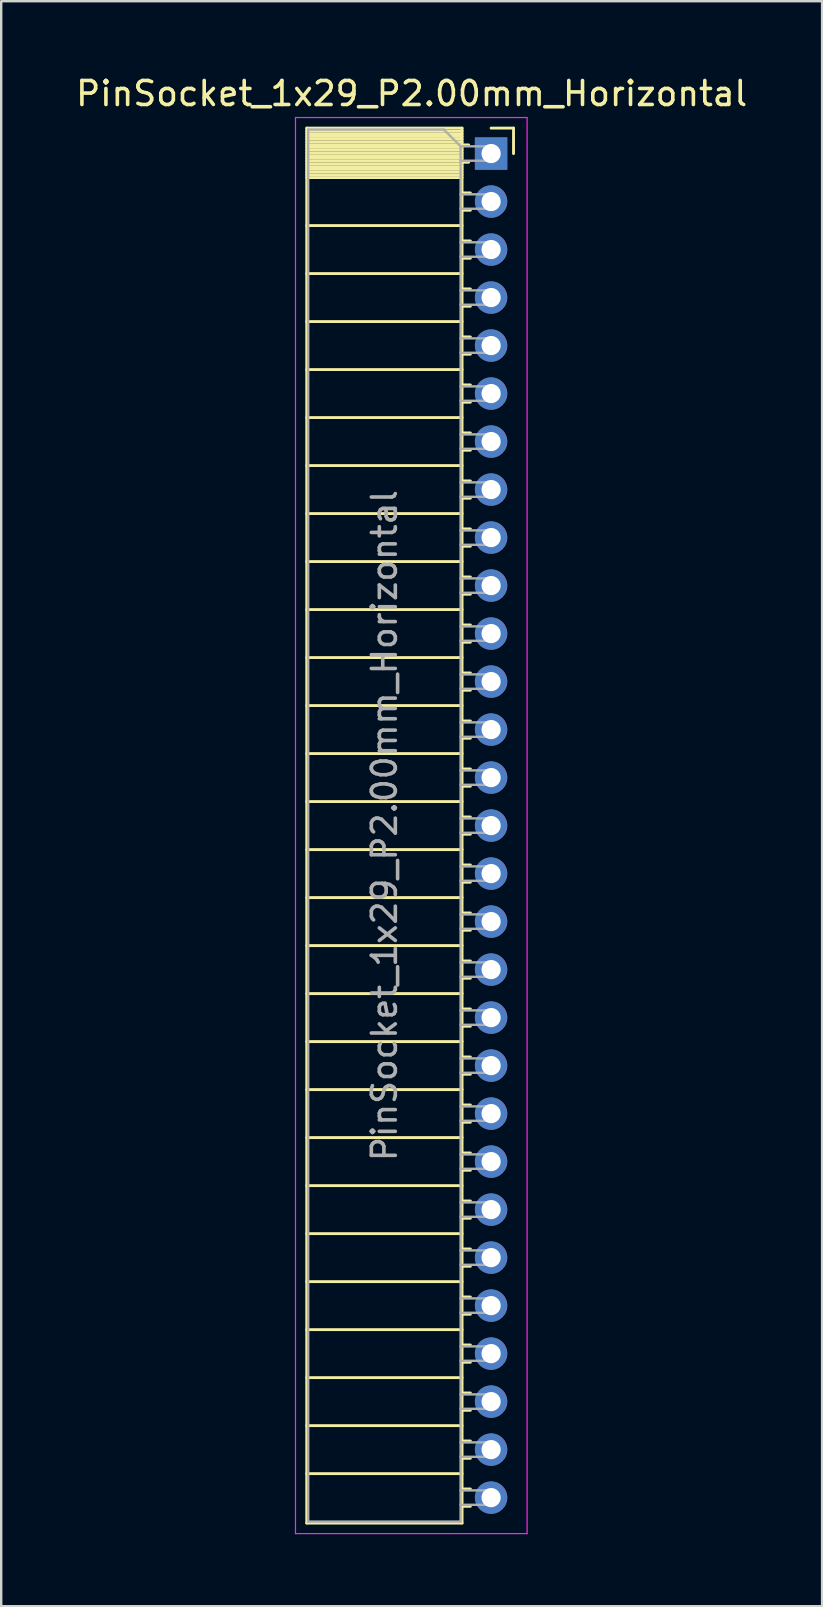
<source format=kicad_pcb>
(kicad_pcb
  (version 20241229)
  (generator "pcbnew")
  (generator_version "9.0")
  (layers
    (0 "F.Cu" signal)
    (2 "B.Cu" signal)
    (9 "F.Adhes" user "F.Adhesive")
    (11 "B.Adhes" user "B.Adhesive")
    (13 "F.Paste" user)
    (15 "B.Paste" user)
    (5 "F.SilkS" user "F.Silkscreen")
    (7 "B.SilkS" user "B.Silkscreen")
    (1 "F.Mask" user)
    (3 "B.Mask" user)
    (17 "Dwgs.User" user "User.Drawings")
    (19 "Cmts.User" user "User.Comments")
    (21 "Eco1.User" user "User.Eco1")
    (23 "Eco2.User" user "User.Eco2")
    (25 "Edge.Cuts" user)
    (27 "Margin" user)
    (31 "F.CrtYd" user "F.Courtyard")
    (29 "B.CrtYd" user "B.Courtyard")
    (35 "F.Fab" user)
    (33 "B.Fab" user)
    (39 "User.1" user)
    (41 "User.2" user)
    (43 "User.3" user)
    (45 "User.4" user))
  (footprint "PinSocket_1x29_P2.00mm_Horizontal"
    (layer "F.Cu")
    (at 17.411 3.348)
    (property "Reference" "PinSocket_1x29_P2.00mm_Horizontal" (at -3.31 -2.5 0) (layer "F.SilkS") (effects (font (size 1 1) (thickness 0.15))))
    (attr through_hole)
    (fp_line (start -7.68 -1.06) (end -7.68 57.06) (stroke (width 0.12) (type solid)) (layer "F.SilkS"))
    (fp_line (start -7.68 -1.06) (end -1.21 -1.06) (stroke (width 0.12) (type solid)) (layer "F.SilkS"))
    (fp_line (start -7.68 -0.94) (end -1.21 -0.94) (stroke (width 0.12) (type solid)) (layer "F.SilkS"))
    (fp_line (start -7.68 -0.826) (end -1.21 -0.826) (stroke (width 0.12) (type solid)) (layer "F.SilkS"))
    (fp_line (start -7.68 -0.712) (end -1.21 -0.712) (stroke (width 0.12) (type solid)) (layer "F.SilkS"))
    (fp_line (start -7.68 -0.598) (end -1.21 -0.598) (stroke (width 0.12) (type solid)) (layer "F.SilkS"))
    (fp_line (start -7.68 -0.484) (end -1.21 -0.484) (stroke (width 0.12) (type solid)) (layer "F.SilkS"))
    (fp_line (start -7.68 -0.369) (end -1.21 -0.369) (stroke (width 0.12) (type solid)) (layer "F.SilkS"))
    (fp_line (start -7.68 -0.255) (end -1.21 -0.255) (stroke (width 0.12) (type solid)) (layer "F.SilkS"))
    (fp_line (start -7.68 -0.141) (end -1.21 -0.141) (stroke (width 0.12) (type solid)) (layer "F.SilkS"))
    (fp_line (start -7.68 -0.027) (end -1.21 -0.027) (stroke (width 0.12) (type solid)) (layer "F.SilkS"))
    (fp_line (start -7.68 0.087) (end -1.21 0.087) (stroke (width 0.12) (type solid)) (layer "F.SilkS"))
    (fp_line (start -7.68 0.201) (end -1.21 0.201) (stroke (width 0.12) (type solid)) (layer "F.SilkS"))
    (fp_line (start -7.68 0.315) (end -1.21 0.315) (stroke (width 0.12) (type solid)) (layer "F.SilkS"))
    (fp_line (start -7.68 0.429) (end -1.21 0.429) (stroke (width 0.12) (type solid)) (layer "F.SilkS"))
    (fp_line (start -7.68 0.544) (end -1.21 0.544) (stroke (width 0.12) (type solid)) (layer "F.SilkS"))
    (fp_line (start -7.68 0.658) (end -1.21 0.658) (stroke (width 0.12) (type solid)) (layer "F.SilkS"))
    (fp_line (start -7.68 0.772) (end -1.21 0.772) (stroke (width 0.12) (type solid)) (layer "F.SilkS"))
    (fp_line (start -7.68 0.886) (end -1.21 0.886) (stroke (width 0.12) (type solid)) (layer "F.SilkS"))
    (fp_line (start -7.68 1) (end -1.21 1) (stroke (width 0.12) (type solid)) (layer "F.SilkS"))
    (fp_line (start -7.68 3) (end -1.21 3) (stroke (width 0.12) (type solid)) (layer "F.SilkS"))
    (fp_line (start -7.68 5) (end -1.21 5) (stroke (width 0.12) (type solid)) (layer "F.SilkS"))
    (fp_line (start -7.68 7) (end -1.21 7) (stroke (width 0.12) (type solid)) (layer "F.SilkS"))
    (fp_line (start -7.68 9) (end -1.21 9) (stroke (width 0.12) (type solid)) (layer "F.SilkS"))
    (fp_line (start -7.68 11) (end -1.21 11) (stroke (width 0.12) (type solid)) (layer "F.SilkS"))
    (fp_line (start -7.68 13) (end -1.21 13) (stroke (width 0.12) (type solid)) (layer "F.SilkS"))
    (fp_line (start -7.68 15) (end -1.21 15) (stroke (width 0.12) (type solid)) (layer "F.SilkS"))
    (fp_line (start -7.68 17) (end -1.21 17) (stroke (width 0.12) (type solid)) (layer "F.SilkS"))
    (fp_line (start -7.68 19) (end -1.21 19) (stroke (width 0.12) (type solid)) (layer "F.SilkS"))
    (fp_line (start -7.68 21) (end -1.21 21) (stroke (width 0.12) (type solid)) (layer "F.SilkS"))
    (fp_line (start -7.68 23) (end -1.21 23) (stroke (width 0.12) (type solid)) (layer "F.SilkS"))
    (fp_line (start -7.68 25) (end -1.21 25) (stroke (width 0.12) (type solid)) (layer "F.SilkS"))
    (fp_line (start -7.68 27) (end -1.21 27) (stroke (width 0.12) (type solid)) (layer "F.SilkS"))
    (fp_line (start -7.68 29) (end -1.21 29) (stroke (width 0.12) (type solid)) (layer "F.SilkS"))
    (fp_line (start -7.68 31) (end -1.21 31) (stroke (width 0.12) (type solid)) (layer "F.SilkS"))
    (fp_line (start -7.68 33) (end -1.21 33) (stroke (width 0.12) (type solid)) (layer "F.SilkS"))
    (fp_line (start -7.68 35) (end -1.21 35) (stroke (width 0.12) (type solid)) (layer "F.SilkS"))
    (fp_line (start -7.68 37) (end -1.21 37) (stroke (width 0.12) (type solid)) (layer "F.SilkS"))
    (fp_line (start -7.68 39) (end -1.21 39) (stroke (width 0.12) (type solid)) (layer "F.SilkS"))
    (fp_line (start -7.68 41) (end -1.21 41) (stroke (width 0.12) (type solid)) (layer "F.SilkS"))
    (fp_line (start -7.68 43) (end -1.21 43) (stroke (width 0.12) (type solid)) (layer "F.SilkS"))
    (fp_line (start -7.68 45) (end -1.21 45) (stroke (width 0.12) (type solid)) (layer "F.SilkS"))
    (fp_line (start -7.68 47) (end -1.21 47) (stroke (width 0.12) (type solid)) (layer "F.SilkS"))
    (fp_line (start -7.68 49) (end -1.21 49) (stroke (width 0.12) (type solid)) (layer "F.SilkS"))
    (fp_line (start -7.68 51) (end -1.21 51) (stroke (width 0.12) (type solid)) (layer "F.SilkS"))
    (fp_line (start -7.68 53) (end -1.21 53) (stroke (width 0.12) (type solid)) (layer "F.SilkS"))
    (fp_line (start -7.68 55) (end -1.21 55) (stroke (width 0.12) (type solid)) (layer "F.SilkS"))
    (fp_line (start -7.68 57.06) (end -1.21 57.06) (stroke (width 0.12) (type solid)) (layer "F.SilkS"))
    (fp_line (start -1.21 -1.06) (end -1.21 57.06) (stroke (width 0.12) (type solid)) (layer "F.SilkS"))
    (fp_line (start -1.21 -0.36) (end -0.935 -0.36) (stroke (width 0.12) (type solid)) (layer "F.SilkS"))
    (fp_line (start -1.21 0.36) (end -0.935 0.36) (stroke (width 0.12) (type solid)) (layer "F.SilkS"))
    (fp_line (start -1.21 1.64) (end -0.863 1.64) (stroke (width 0.12) (type solid)) (layer "F.SilkS"))
    (fp_line (start -1.21 2.36) (end -0.863 2.36) (stroke (width 0.12) (type solid)) (layer "F.SilkS"))
    (fp_line (start -1.21 3.64) (end -0.863 3.64) (stroke (width 0.12) (type solid)) (layer "F.SilkS"))
    (fp_line (start -1.21 4.36) (end -0.863 4.36) (stroke (width 0.12) (type solid)) (layer "F.SilkS"))
    (fp_line (start -1.21 5.64) (end -0.863 5.64) (stroke (width 0.12) (type solid)) (layer "F.SilkS"))
    (fp_line (start -1.21 6.36) (end -0.863 6.36) (stroke (width 0.12) (type solid)) (layer "F.SilkS"))
    (fp_line (start -1.21 7.64) (end -0.863 7.64) (stroke (width 0.12) (type solid)) (layer "F.SilkS"))
    (fp_line (start -1.21 8.36) (end -0.863 8.36) (stroke (width 0.12) (type solid)) (layer "F.SilkS"))
    (fp_line (start -1.21 9.64) (end -0.863 9.64) (stroke (width 0.12) (type solid)) (layer "F.SilkS"))
    (fp_line (start -1.21 10.36) (end -0.863 10.36) (stroke (width 0.12) (type solid)) (layer "F.SilkS"))
    (fp_line (start -1.21 11.64) (end -0.863 11.64) (stroke (width 0.12) (type solid)) (layer "F.SilkS"))
    (fp_line (start -1.21 12.36) (end -0.863 12.36) (stroke (width 0.12) (type solid)) (layer "F.SilkS"))
    (fp_line (start -1.21 13.64) (end -0.863 13.64) (stroke (width 0.12) (type solid)) (layer "F.SilkS"))
    (fp_line (start -1.21 14.36) (end -0.863 14.36) (stroke (width 0.12) (type solid)) (layer "F.SilkS"))
    (fp_line (start -1.21 15.64) (end -0.863 15.64) (stroke (width 0.12) (type solid)) (layer "F.SilkS"))
    (fp_line (start -1.21 16.36) (end -0.863 16.36) (stroke (width 0.12) (type solid)) (layer "F.SilkS"))
    (fp_line (start -1.21 17.64) (end -0.863 17.64) (stroke (width 0.12) (type solid)) (layer "F.SilkS"))
    (fp_line (start -1.21 18.36) (end -0.863 18.36) (stroke (width 0.12) (type solid)) (layer "F.SilkS"))
    (fp_line (start -1.21 19.64) (end -0.863 19.64) (stroke (width 0.12) (type solid)) (layer "F.SilkS"))
    (fp_line (start -1.21 20.36) (end -0.863 20.36) (stroke (width 0.12) (type solid)) (layer "F.SilkS"))
    (fp_line (start -1.21 21.64) (end -0.863 21.64) (stroke (width 0.12) (type solid)) (layer "F.SilkS"))
    (fp_line (start -1.21 22.36) (end -0.863 22.36) (stroke (width 0.12) (type solid)) (layer "F.SilkS"))
    (fp_line (start -1.21 23.64) (end -0.863 23.64) (stroke (width 0.12) (type solid)) (layer "F.SilkS"))
    (fp_line (start -1.21 24.36) (end -0.863 24.36) (stroke (width 0.12) (type solid)) (layer "F.SilkS"))
    (fp_line (start -1.21 25.64) (end -0.863 25.64) (stroke (width 0.12) (type solid)) (layer "F.SilkS"))
    (fp_line (start -1.21 26.36) (end -0.863 26.36) (stroke (width 0.12) (type solid)) (layer "F.SilkS"))
    (fp_line (start -1.21 27.64) (end -0.863 27.64) (stroke (width 0.12) (type solid)) (layer "F.SilkS"))
    (fp_line (start -1.21 28.36) (end -0.863 28.36) (stroke (width 0.12) (type solid)) (layer "F.SilkS"))
    (fp_line (start -1.21 29.64) (end -0.863 29.64) (stroke (width 0.12) (type solid)) (layer "F.SilkS"))
    (fp_line (start -1.21 30.36) (end -0.863 30.36) (stroke (width 0.12) (type solid)) (layer "F.SilkS"))
    (fp_line (start -1.21 31.64) (end -0.863 31.64) (stroke (width 0.12) (type solid)) (layer "F.SilkS"))
    (fp_line (start -1.21 32.36) (end -0.863 32.36) (stroke (width 0.12) (type solid)) (layer "F.SilkS"))
    (fp_line (start -1.21 33.64) (end -0.863 33.64) (stroke (width 0.12) (type solid)) (layer "F.SilkS"))
    (fp_line (start -1.21 34.36) (end -0.863 34.36) (stroke (width 0.12) (type solid)) (layer "F.SilkS"))
    (fp_line (start -1.21 35.64) (end -0.863 35.64) (stroke (width 0.12) (type solid)) (layer "F.SilkS"))
    (fp_line (start -1.21 36.36) (end -0.863 36.36) (stroke (width 0.12) (type solid)) (layer "F.SilkS"))
    (fp_line (start -1.21 37.64) (end -0.863 37.64) (stroke (width 0.12) (type solid)) (layer "F.SilkS"))
    (fp_line (start -1.21 38.36) (end -0.863 38.36) (stroke (width 0.12) (type solid)) (layer "F.SilkS"))
    (fp_line (start -1.21 39.64) (end -0.863 39.64) (stroke (width 0.12) (type solid)) (layer "F.SilkS"))
    (fp_line (start -1.21 40.36) (end -0.863 40.36) (stroke (width 0.12) (type solid)) (layer "F.SilkS"))
    (fp_line (start -1.21 41.64) (end -0.863 41.64) (stroke (width 0.12) (type solid)) (layer "F.SilkS"))
    (fp_line (start -1.21 42.36) (end -0.863 42.36) (stroke (width 0.12) (type solid)) (layer "F.SilkS"))
    (fp_line (start -1.21 43.64) (end -0.863 43.64) (stroke (width 0.12) (type solid)) (layer "F.SilkS"))
    (fp_line (start -1.21 44.36) (end -0.863 44.36) (stroke (width 0.12) (type solid)) (layer "F.SilkS"))
    (fp_line (start -1.21 45.64) (end -0.863 45.64) (stroke (width 0.12) (type solid)) (layer "F.SilkS"))
    (fp_line (start -1.21 46.36) (end -0.863 46.36) (stroke (width 0.12) (type solid)) (layer "F.SilkS"))
    (fp_line (start -1.21 47.64) (end -0.863 47.64) (stroke (width 0.12) (type solid)) (layer "F.SilkS"))
    (fp_line (start -1.21 48.36) (end -0.863 48.36) (stroke (width 0.12) (type solid)) (layer "F.SilkS"))
    (fp_line (start -1.21 49.64) (end -0.863 49.64) (stroke (width 0.12) (type solid)) (layer "F.SilkS"))
    (fp_line (start -1.21 50.36) (end -0.863 50.36) (stroke (width 0.12) (type solid)) (layer "F.SilkS"))
    (fp_line (start -1.21 51.64) (end -0.863 51.64) (stroke (width 0.12) (type solid)) (layer "F.SilkS"))
    (fp_line (start -1.21 52.36) (end -0.863 52.36) (stroke (width 0.12) (type solid)) (layer "F.SilkS"))
    (fp_line (start -1.21 53.64) (end -0.863 53.64) (stroke (width 0.12) (type solid)) (layer "F.SilkS"))
    (fp_line (start -1.21 54.36) (end -0.863 54.36) (stroke (width 0.12) (type solid)) (layer "F.SilkS"))
    (fp_line (start -1.21 55.64) (end -0.863 55.64) (stroke (width 0.12) (type solid)) (layer "F.SilkS"))
    (fp_line (start -1.21 56.36) (end -0.863 56.36) (stroke (width 0.12) (type solid)) (layer "F.SilkS"))
    (fp_line (start 0 -1.06) (end 0.935 -1.06) (stroke (width 0.12) (type solid)) (layer "F.SilkS"))
    (fp_line (start 0.935 -1.06) (end 0.935 0) (stroke (width 0.12) (type solid)) (layer "F.SilkS"))
    (fp_line (start -8.15 -1.5) (end -8.15 57.5) (stroke (width 0.05) (type solid)) (layer "F.CrtYd"))
    (fp_line (start -8.15 57.5) (end 1.5 57.5) (stroke (width 0.05) (type solid)) (layer "F.CrtYd"))
    (fp_line (start 1.5 -1.5) (end -8.15 -1.5) (stroke (width 0.05) (type solid)) (layer "F.CrtYd"))
    (fp_line (start 1.5 57.5) (end 1.5 -1.5) (stroke (width 0.05) (type solid)) (layer "F.CrtYd"))
    (fp_line (start -7.62 -1) (end -1.97 -1) (stroke (width 0.1) (type solid)) (layer "F.Fab"))
    (fp_line (start -7.62 57) (end -7.62 -1) (stroke (width 0.1) (type solid)) (layer "F.Fab"))
    (fp_line (start -1.97 -1) (end -1.27 -0.3) (stroke (width 0.1) (type solid)) (layer "F.Fab"))
    (fp_line (start -1.27 -0.3) (end -1.27 57) (stroke (width 0.1) (type solid)) (layer "F.Fab"))
    (fp_line (start -1.27 0.3) (end 0 0.3) (stroke (width 0.1) (type solid)) (layer "F.Fab"))
    (fp_line (start -1.27 2.3) (end 0 2.3) (stroke (width 0.1) (type solid)) (layer "F.Fab"))
    (fp_line (start -1.27 4.3) (end 0 4.3) (stroke (width 0.1) (type solid)) (layer "F.Fab"))
    (fp_line (start -1.27 6.3) (end 0 6.3) (stroke (width 0.1) (type solid)) (layer "F.Fab"))
    (fp_line (start -1.27 8.3) (end 0 8.3) (stroke (width 0.1) (type solid)) (layer "F.Fab"))
    (fp_line (start -1.27 10.3) (end 0 10.3) (stroke (width 0.1) (type solid)) (layer "F.Fab"))
    (fp_line (start -1.27 12.3) (end 0 12.3) (stroke (width 0.1) (type solid)) (layer "F.Fab"))
    (fp_line (start -1.27 14.3) (end 0 14.3) (stroke (width 0.1) (type solid)) (layer "F.Fab"))
    (fp_line (start -1.27 16.3) (end 0 16.3) (stroke (width 0.1) (type solid)) (layer "F.Fab"))
    (fp_line (start -1.27 18.3) (end 0 18.3) (stroke (width 0.1) (type solid)) (layer "F.Fab"))
    (fp_line (start -1.27 20.3) (end 0 20.3) (stroke (width 0.1) (type solid)) (layer "F.Fab"))
    (fp_line (start -1.27 22.3) (end 0 22.3) (stroke (width 0.1) (type solid)) (layer "F.Fab"))
    (fp_line (start -1.27 24.3) (end 0 24.3) (stroke (width 0.1) (type solid)) (layer "F.Fab"))
    (fp_line (start -1.27 26.3) (end 0 26.3) (stroke (width 0.1) (type solid)) (layer "F.Fab"))
    (fp_line (start -1.27 28.3) (end 0 28.3) (stroke (width 0.1) (type solid)) (layer "F.Fab"))
    (fp_line (start -1.27 30.3) (end 0 30.3) (stroke (width 0.1) (type solid)) (layer "F.Fab"))
    (fp_line (start -1.27 32.3) (end 0 32.3) (stroke (width 0.1) (type solid)) (layer "F.Fab"))
    (fp_line (start -1.27 34.3) (end 0 34.3) (stroke (width 0.1) (type solid)) (layer "F.Fab"))
    (fp_line (start -1.27 36.3) (end 0 36.3) (stroke (width 0.1) (type solid)) (layer "F.Fab"))
    (fp_line (start -1.27 38.3) (end 0 38.3) (stroke (width 0.1) (type solid)) (layer "F.Fab"))
    (fp_line (start -1.27 40.3) (end 0 40.3) (stroke (width 0.1) (type solid)) (layer "F.Fab"))
    (fp_line (start -1.27 42.3) (end 0 42.3) (stroke (width 0.1) (type solid)) (layer "F.Fab"))
    (fp_line (start -1.27 44.3) (end 0 44.3) (stroke (width 0.1) (type solid)) (layer "F.Fab"))
    (fp_line (start -1.27 46.3) (end 0 46.3) (stroke (width 0.1) (type solid)) (layer "F.Fab"))
    (fp_line (start -1.27 48.3) (end 0 48.3) (stroke (width 0.1) (type solid)) (layer "F.Fab"))
    (fp_line (start -1.27 50.3) (end 0 50.3) (stroke (width 0.1) (type solid)) (layer "F.Fab"))
    (fp_line (start -1.27 52.3) (end 0 52.3) (stroke (width 0.1) (type solid)) (layer "F.Fab"))
    (fp_line (start -1.27 54.3) (end 0 54.3) (stroke (width 0.1) (type solid)) (layer "F.Fab"))
    (fp_line (start -1.27 56.3) (end 0 56.3) (stroke (width 0.1) (type solid)) (layer "F.Fab"))
    (fp_line (start -1.27 57) (end -7.62 57) (stroke (width 0.1) (type solid)) (layer "F.Fab"))
    (fp_line (start 0 -0.3) (end -1.27 -0.3) (stroke (width 0.1) (type solid)) (layer "F.Fab"))
    (fp_line (start 0 0.3) (end 0 -0.3) (stroke (width 0.1) (type solid)) (layer "F.Fab"))
    (fp_line (start 0 1.7) (end -1.27 1.7) (stroke (width 0.1) (type solid)) (layer "F.Fab"))
    (fp_line (start 0 2.3) (end 0 1.7) (stroke (width 0.1) (type solid)) (layer "F.Fab"))
    (fp_line (start 0 3.7) (end -1.27 3.7) (stroke (width 0.1) (type solid)) (layer "F.Fab"))
    (fp_line (start 0 4.3) (end 0 3.7) (stroke (width 0.1) (type solid)) (layer "F.Fab"))
    (fp_line (start 0 5.7) (end -1.27 5.7) (stroke (width 0.1) (type solid)) (layer "F.Fab"))
    (fp_line (start 0 6.3) (end 0 5.7) (stroke (width 0.1) (type solid)) (layer "F.Fab"))
    (fp_line (start 0 7.7) (end -1.27 7.7) (stroke (width 0.1) (type solid)) (layer "F.Fab"))
    (fp_line (start 0 8.3) (end 0 7.7) (stroke (width 0.1) (type solid)) (layer "F.Fab"))
    (fp_line (start 0 9.7) (end -1.27 9.7) (stroke (width 0.1) (type solid)) (layer "F.Fab"))
    (fp_line (start 0 10.3) (end 0 9.7) (stroke (width 0.1) (type solid)) (layer "F.Fab"))
    (fp_line (start 0 11.7) (end -1.27 11.7) (stroke (width 0.1) (type solid)) (layer "F.Fab"))
    (fp_line (start 0 12.3) (end 0 11.7) (stroke (width 0.1) (type solid)) (layer "F.Fab"))
    (fp_line (start 0 13.7) (end -1.27 13.7) (stroke (width 0.1) (type solid)) (layer "F.Fab"))
    (fp_line (start 0 14.3) (end 0 13.7) (stroke (width 0.1) (type solid)) (layer "F.Fab"))
    (fp_line (start 0 15.7) (end -1.27 15.7) (stroke (width 0.1) (type solid)) (layer "F.Fab"))
    (fp_line (start 0 16.3) (end 0 15.7) (stroke (width 0.1) (type solid)) (layer "F.Fab"))
    (fp_line (start 0 17.7) (end -1.27 17.7) (stroke (width 0.1) (type solid)) (layer "F.Fab"))
    (fp_line (start 0 18.3) (end 0 17.7) (stroke (width 0.1) (type solid)) (layer "F.Fab"))
    (fp_line (start 0 19.7) (end -1.27 19.7) (stroke (width 0.1) (type solid)) (layer "F.Fab"))
    (fp_line (start 0 20.3) (end 0 19.7) (stroke (width 0.1) (type solid)) (layer "F.Fab"))
    (fp_line (start 0 21.7) (end -1.27 21.7) (stroke (width 0.1) (type solid)) (layer "F.Fab"))
    (fp_line (start 0 22.3) (end 0 21.7) (stroke (width 0.1) (type solid)) (layer "F.Fab"))
    (fp_line (start 0 23.7) (end -1.27 23.7) (stroke (width 0.1) (type solid)) (layer "F.Fab"))
    (fp_line (start 0 24.3) (end 0 23.7) (stroke (width 0.1) (type solid)) (layer "F.Fab"))
    (fp_line (start 0 25.7) (end -1.27 25.7) (stroke (width 0.1) (type solid)) (layer "F.Fab"))
    (fp_line (start 0 26.3) (end 0 25.7) (stroke (width 0.1) (type solid)) (layer "F.Fab"))
    (fp_line (start 0 27.7) (end -1.27 27.7) (stroke (width 0.1) (type solid)) (layer "F.Fab"))
    (fp_line (start 0 28.3) (end 0 27.7) (stroke (width 0.1) (type solid)) (layer "F.Fab"))
    (fp_line (start 0 29.7) (end -1.27 29.7) (stroke (width 0.1) (type solid)) (layer "F.Fab"))
    (fp_line (start 0 30.3) (end 0 29.7) (stroke (width 0.1) (type solid)) (layer "F.Fab"))
    (fp_line (start 0 31.7) (end -1.27 31.7) (stroke (width 0.1) (type solid)) (layer "F.Fab"))
    (fp_line (start 0 32.3) (end 0 31.7) (stroke (width 0.1) (type solid)) (layer "F.Fab"))
    (fp_line (start 0 33.7) (end -1.27 33.7) (stroke (width 0.1) (type solid)) (layer "F.Fab"))
    (fp_line (start 0 34.3) (end 0 33.7) (stroke (width 0.1) (type solid)) (layer "F.Fab"))
    (fp_line (start 0 35.7) (end -1.27 35.7) (stroke (width 0.1) (type solid)) (layer "F.Fab"))
    (fp_line (start 0 36.3) (end 0 35.7) (stroke (width 0.1) (type solid)) (layer "F.Fab"))
    (fp_line (start 0 37.7) (end -1.27 37.7) (stroke (width 0.1) (type solid)) (layer "F.Fab"))
    (fp_line (start 0 38.3) (end 0 37.7) (stroke (width 0.1) (type solid)) (layer "F.Fab"))
    (fp_line (start 0 39.7) (end -1.27 39.7) (stroke (width 0.1) (type solid)) (layer "F.Fab"))
    (fp_line (start 0 40.3) (end 0 39.7) (stroke (width 0.1) (type solid)) (layer "F.Fab"))
    (fp_line (start 0 41.7) (end -1.27 41.7) (stroke (width 0.1) (type solid)) (layer "F.Fab"))
    (fp_line (start 0 42.3) (end 0 41.7) (stroke (width 0.1) (type solid)) (layer "F.Fab"))
    (fp_line (start 0 43.7) (end -1.27 43.7) (stroke (width 0.1) (type solid)) (layer "F.Fab"))
    (fp_line (start 0 44.3) (end 0 43.7) (stroke (width 0.1) (type solid)) (layer "F.Fab"))
    (fp_line (start 0 45.7) (end -1.27 45.7) (stroke (width 0.1) (type solid)) (layer "F.Fab"))
    (fp_line (start 0 46.3) (end 0 45.7) (stroke (width 0.1) (type solid)) (layer "F.Fab"))
    (fp_line (start 0 47.7) (end -1.27 47.7) (stroke (width 0.1) (type solid)) (layer "F.Fab"))
    (fp_line (start 0 48.3) (end 0 47.7) (stroke (width 0.1) (type solid)) (layer "F.Fab"))
    (fp_line (start 0 49.7) (end -1.27 49.7) (stroke (width 0.1) (type solid)) (layer "F.Fab"))
    (fp_line (start 0 50.3) (end 0 49.7) (stroke (width 0.1) (type solid)) (layer "F.Fab"))
    (fp_line (start 0 51.7) (end -1.27 51.7) (stroke (width 0.1) (type solid)) (layer "F.Fab"))
    (fp_line (start 0 52.3) (end 0 51.7) (stroke (width 0.1) (type solid)) (layer "F.Fab"))
    (fp_line (start 0 53.7) (end -1.27 53.7) (stroke (width 0.1) (type solid)) (layer "F.Fab"))
    (fp_line (start 0 54.3) (end 0 53.7) (stroke (width 0.1) (type solid)) (layer "F.Fab"))
    (fp_line (start 0 55.7) (end -1.27 55.7) (stroke (width 0.1) (type solid)) (layer "F.Fab"))
    (fp_line (start 0 56.3) (end 0 55.7) (stroke (width 0.1) (type solid)) (layer "F.Fab"))
    (fp_text user "${REFERENCE}" (at -4.445 28 90) (layer "F.Fab") (effects (font (size 1 1) (thickness 0.15))))
    (pad "1" thru_hole rect (at 0 0) (size 1.35 1.35) (drill 0.8) (layers "*.Cu" "*.Mask"))
    (pad "2" thru_hole oval (at 0 2) (size 1.35 1.35) (drill 0.8) (layers "*.Cu" "*.Mask"))
    (pad "3" thru_hole oval (at 0 4) (size 1.35 1.35) (drill 0.8) (layers "*.Cu" "*.Mask"))
    (pad "4" thru_hole oval (at 0 6) (size 1.35 1.35) (drill 0.8) (layers "*.Cu" "*.Mask"))
    (pad "5" thru_hole oval (at 0 8) (size 1.35 1.35) (drill 0.8) (layers "*.Cu" "*.Mask"))
    (pad "6" thru_hole oval (at 0 10) (size 1.35 1.35) (drill 0.8) (layers "*.Cu" "*.Mask"))
    (pad "7" thru_hole oval (at 0 12) (size 1.35 1.35) (drill 0.8) (layers "*.Cu" "*.Mask"))
    (pad "8" thru_hole oval (at 0 14) (size 1.35 1.35) (drill 0.8) (layers "*.Cu" "*.Mask"))
    (pad "9" thru_hole oval (at 0 16) (size 1.35 1.35) (drill 0.8) (layers "*.Cu" "*.Mask"))
    (pad "10" thru_hole oval (at 0 18) (size 1.35 1.35) (drill 0.8) (layers "*.Cu" "*.Mask"))
    (pad "11" thru_hole oval (at 0 20) (size 1.35 1.35) (drill 0.8) (layers "*.Cu" "*.Mask"))
    (pad "12" thru_hole oval (at 0 22) (size 1.35 1.35) (drill 0.8) (layers "*.Cu" "*.Mask"))
    (pad "13" thru_hole oval (at 0 24) (size 1.35 1.35) (drill 0.8) (layers "*.Cu" "*.Mask"))
    (pad "14" thru_hole oval (at 0 26) (size 1.35 1.35) (drill 0.8) (layers "*.Cu" "*.Mask"))
    (pad "15" thru_hole oval (at 0 28) (size 1.35 1.35) (drill 0.8) (layers "*.Cu" "*.Mask"))
    (pad "16" thru_hole oval (at 0 30) (size 1.35 1.35) (drill 0.8) (layers "*.Cu" "*.Mask"))
    (pad "17" thru_hole oval (at 0 32) (size 1.35 1.35) (drill 0.8) (layers "*.Cu" "*.Mask"))
    (pad "18" thru_hole oval (at 0 34) (size 1.35 1.35) (drill 0.8) (layers "*.Cu" "*.Mask"))
    (pad "19" thru_hole oval (at 0 36) (size 1.35 1.35) (drill 0.8) (layers "*.Cu" "*.Mask"))
    (pad "20" thru_hole oval (at 0 38) (size 1.35 1.35) (drill 0.8) (layers "*.Cu" "*.Mask"))
    (pad "21" thru_hole oval (at 0 40) (size 1.35 1.35) (drill 0.8) (layers "*.Cu" "*.Mask"))
    (pad "22" thru_hole oval (at 0 42) (size 1.35 1.35) (drill 0.8) (layers "*.Cu" "*.Mask"))
    (pad "23" thru_hole oval (at 0 44) (size 1.35 1.35) (drill 0.8) (layers "*.Cu" "*.Mask"))
    (pad "24" thru_hole oval (at 0 46) (size 1.35 1.35) (drill 0.8) (layers "*.Cu" "*.Mask"))
    (pad "25" thru_hole oval (at 0 48) (size 1.35 1.35) (drill 0.8) (layers "*.Cu" "*.Mask"))
    (pad "26" thru_hole oval (at 0 50) (size 1.35 1.35) (drill 0.8) (layers "*.Cu" "*.Mask"))
    (pad "27" thru_hole oval (at 0 52) (size 1.35 1.35) (drill 0.8) (layers "*.Cu" "*.Mask"))
    (pad "28" thru_hole oval (at 0 54) (size 1.35 1.35) (drill 0.8) (layers "*.Cu" "*.Mask"))
    (pad "29" thru_hole oval (at 0 56) (size 1.35 1.35) (drill 0.8) (layers "*.Cu" "*.Mask")))
  (gr_rect
    (start -3 -3)
    (end 31.202 63.873)
    (stroke (width 0.1) (type default))
    (fill no)
    (layer "Edge.Cuts")))
</source>
